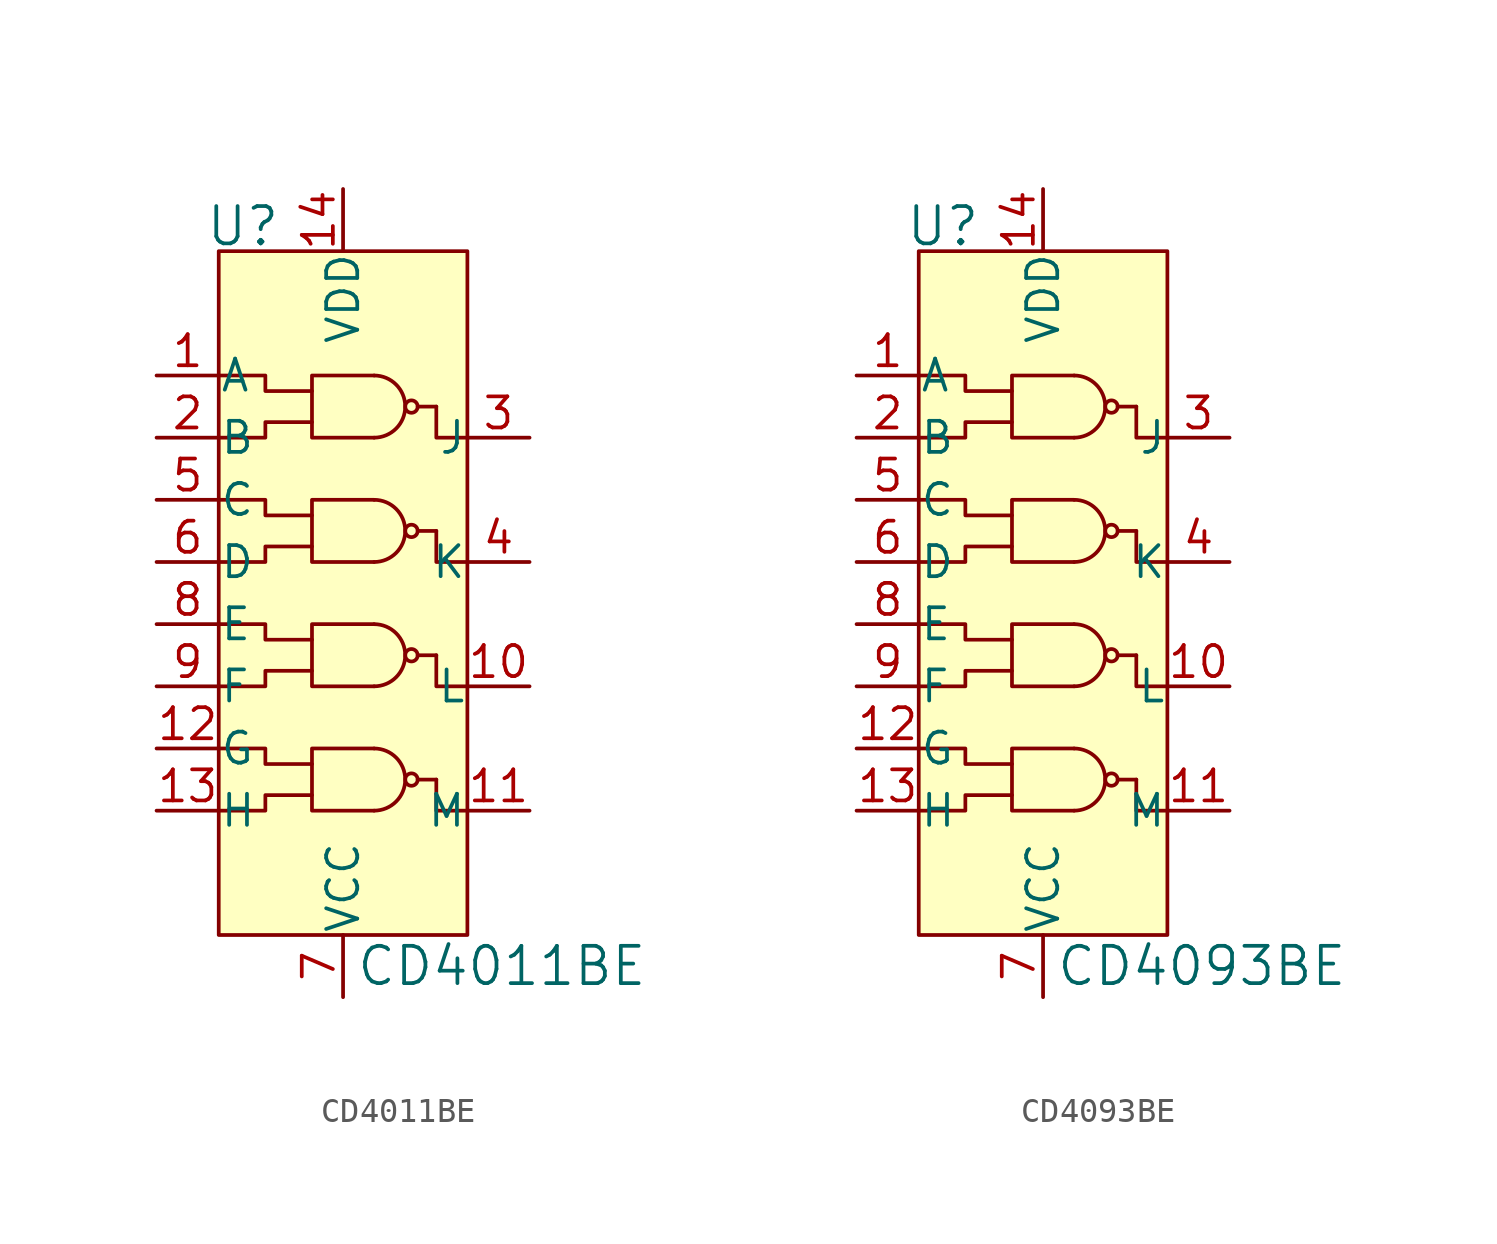
<source format=kicad_sym>
(kicad_symbol_lib
  (version 20220914)
  (generator kicad_symbol_editor)
  (symbol "CD4011BE"
    (pin_names
      (offset 0.025))
    (property "Reference" "U"
      (at -5.08 11.176 0)
      (effects (font (size 1.524 1.524)) (justify right)))
    (property "Value" "CD4011BE"
      (at -2.032 -19.05 0)
      (effects (font (size 1.524 1.524)) (justify left)))
    (symbol "CD4011BE_0_1"
      (rectangle (start -7.62 10.16) (end 2.54 -17.78) (stroke (width 0) (type default)) (fill (type background)))
      (arc (start -1.27 -12.7) (mid -0.0055 -11.43) (end -1.27 -10.16) (stroke (width 0) (type default)) (fill (type none)))
      (arc (start -1.27 -7.62) (mid -0.0055 -6.35) (end -1.27 -5.08) (stroke (width 0) (type default)) (fill (type none)))
      (arc (start -1.27 -2.54) (mid -0.0055 -1.27) (end -1.27 0) (stroke (width 0) (type default)) (fill (type none)))
      (arc (start -1.27 2.54) (mid -0.0055 3.81) (end -1.27 5.08) (stroke (width 0) (type default)) (fill (type none)))
      (polyline (pts (xy 0.508 -11.43) (xy 1.27 -11.43)) (stroke (width 0) (type default)) (fill (type none)))
      (polyline (pts (xy 0.508 3.81) (xy 1.27 3.81)) (stroke (width 0) (type default)) (fill (type none)))
      (polyline (pts (xy 1.27 -6.35) (xy 0.508 -6.35)) (stroke (width 0) (type default)) (fill (type none)))
      (polyline (pts (xy 1.27 -1.27) (xy 0.508 -1.27)) (stroke (width 0) (type default)) (fill (type none)))
      (polyline (pts (xy 1.27 -11.43) (xy 1.27 -12.7) (xy 2.54 -12.7)) (stroke (width 0) (type default)) (fill (type none)))
      (polyline (pts (xy 1.27 -6.35) (xy 1.27 -7.62) (xy 2.54 -7.62)) (stroke (width 0) (type default)) (fill (type none)))
      (polyline (pts (xy 1.27 -1.27) (xy 1.27 -2.54) (xy 2.54 -2.54)) (stroke (width 0) (type default)) (fill (type none)))
      (polyline (pts (xy 1.27 3.81) (xy 1.27 2.54) (xy 2.54 2.54)) (stroke (width 0) (type default)) (fill (type none)))
      (polyline (pts (xy -7.62 -12.7) (xy -5.715 -12.7) (xy -5.715 -12.065) (xy -3.81 -12.065)) (stroke (width 0) (type default)) (fill (type none)))
      (polyline (pts (xy -7.62 -7.62) (xy -5.715 -7.62) (xy -5.715 -6.985) (xy -3.81 -6.985)) (stroke (width 0) (type default)) (fill (type none)))
      (polyline (pts (xy -7.62 -2.54) (xy -5.715 -2.54) (xy -5.715 -1.905) (xy -3.81 -1.905)) (stroke (width 0) (type default)) (fill (type none)))
      (polyline (pts (xy -3.81 -10.795) (xy -5.715 -10.795) (xy -5.715 -10.16) (xy -7.62 -10.16)) (stroke (width 0) (type default)) (fill (type none)))
      (polyline (pts (xy -3.81 -5.715) (xy -5.715 -5.715) (xy -5.715 -5.08) (xy -7.62 -5.08)) (stroke (width 0) (type default)) (fill (type none)))
      (polyline (pts (xy -3.81 -0.635) (xy -5.715 -0.635) (xy -5.715 0) (xy -7.62 0)) (stroke (width 0) (type default)) (fill (type none)))
      (polyline (pts (xy -3.81 3.175) (xy -5.715 3.175) (xy -5.715 2.54) (xy -7.62 2.54)) (stroke (width 0) (type default)) (fill (type none)))
      (polyline (pts (xy -3.81 4.445) (xy -5.715 4.445) (xy -5.715 5.08) (xy -7.62 5.08)) (stroke (width 0) (type default)) (fill (type none)))
      (polyline (pts (xy -1.27 -10.16) (xy -3.81 -10.16) (xy -3.81 -12.7) (xy -1.27 -12.7)) (stroke (width 0) (type default)) (fill (type none)))
      (polyline (pts (xy -1.27 -5.08) (xy -3.81 -5.08) (xy -3.81 -7.62) (xy -1.27 -7.62)) (stroke (width 0) (type default)) (fill (type none)))
      (polyline (pts (xy -1.27 0) (xy -3.81 0) (xy -3.81 -2.54) (xy -1.27 -2.54)) (stroke (width 0) (type default)) (fill (type none)))
      (polyline (pts (xy -1.27 5.08) (xy -3.81 5.08) (xy -3.81 2.54) (xy -1.27 2.54)) (stroke (width 0) (type default)) (fill (type none)))
      (circle (center 0.254 -11.43) (radius 0.254) (stroke (width 0) (type default)) (fill (type none)))
      (circle (center 0.254 -6.35) (radius 0.254) (stroke (width 0) (type default)) (fill (type none)))
      (circle (center 0.254 -1.27) (radius 0.254) (stroke (width 0) (type default)) (fill (type none)))
      (circle (center 0.254 3.81) (radius 0.254) (stroke (width 0) (type default)) (fill (type none))))
    (symbol "CD4011BE_1_1"
      (pin input line (at -10.16 5.08 0) (length 2.54) (name "A" (effects (font (size 1.27 1.27)))) (number "1" (effects (font (size 1.27 1.27)))))
      (pin output line (at 5.08 -7.62 180) (length 2.54) (name "L" (effects (font (size 1.27 1.27)))) (number "10" (effects (font (size 1.27 1.27)))))
      (pin output line (at 5.08 -12.7 180) (length 2.54) (name "M" (effects (font (size 1.27 1.27)))) (number "11" (effects (font (size 1.27 1.27)))))
      (pin input line (at -10.16 -10.16 0) (length 2.54) (name "G" (effects (font (size 1.27 1.27)))) (number "12" (effects (font (size 1.27 1.27)))))
      (pin input line (at -10.16 -12.7 0) (length 2.54) (name "H" (effects (font (size 1.27 1.27)))) (number "13" (effects (font (size 1.27 1.27)))))
      (pin power_in line (at -2.54 12.7 270) (length 2.54) (name "VDD" (effects (font (size 1.27 1.27)))) (number "14" (effects (font (size 1.27 1.27)))))
      (pin input line (at -10.16 2.54 0) (length 2.54) (name "B" (effects (font (size 1.27 1.27)))) (number "2" (effects (font (size 1.27 1.27)))))
      (pin output line (at 5.08 2.54 180) (length 2.54) (name "J" (effects (font (size 1.27 1.27)))) (number "3" (effects (font (size 1.27 1.27)))))
      (pin output line (at 5.08 -2.54 180) (length 2.54) (name "K" (effects (font (size 1.27 1.27)))) (number "4" (effects (font (size 1.27 1.27)))))
      (pin input line (at -10.16 0 0) (length 2.54) (name "C" (effects (font (size 1.27 1.27)))) (number "5" (effects (font (size 1.27 1.27)))))
      (pin input line (at -10.16 -2.54 0) (length 2.54) (name "D" (effects (font (size 1.27 1.27)))) (number "6" (effects (font (size 1.27 1.27)))))
      (pin power_in line (at -2.54 -20.32 90) (length 2.54) (name "VCC" (effects (font (size 1.27 1.27)))) (number "7" (effects (font (size 1.27 1.27)))))
      (pin input line (at -10.16 -5.08 0) (length 2.54) (name "E" (effects (font (size 1.27 1.27)))) (number "8" (effects (font (size 1.27 1.27)))))
      (pin input line (at -10.16 -7.62 0) (length 2.54) (name "F" (effects (font (size 1.27 1.27)))) (number "9" (effects (font (size 1.27 1.27)))))))
  (symbol "CD4093BE"
    (pin_names
      (offset 0.025))
    (property "Reference" "U"
      (at -2.54 11.176 0)
      (effects (font (size 1.524 1.524)) (justify right)))
    (property "Value" "CD4093BE"
      (at 0.508 -19.05 0)
      (effects (font (size 1.524 1.524)) (justify left)))
    (symbol "CD4093BE_0_1"
      (rectangle (start -5.08 10.16) (end 5.08 -17.78) (stroke (width 0) (type default)) (fill (type background)))
      (polyline (pts (xy 3.048 -11.43) (xy 3.81 -11.43)) (stroke (width 0) (type default)) (fill (type none)))
      (polyline (pts (xy 3.048 3.81) (xy 3.81 3.81)) (stroke (width 0) (type default)) (fill (type none)))
      (polyline (pts (xy 3.81 -6.35) (xy 3.048 -6.35)) (stroke (width 0) (type default)) (fill (type none)))
      (polyline (pts (xy 3.81 -1.27) (xy 3.048 -1.27)) (stroke (width 0) (type default)) (fill (type none)))
      (polyline (pts (xy 3.81 -11.43) (xy 3.81 -12.7) (xy 5.08 -12.7)) (stroke (width 0) (type default)) (fill (type none)))
      (polyline (pts (xy 3.81 -6.35) (xy 3.81 -7.62) (xy 5.08 -7.62)) (stroke (width 0) (type default)) (fill (type none)))
      (polyline (pts (xy 3.81 -1.27) (xy 3.81 -2.54) (xy 5.08 -2.54)) (stroke (width 0) (type default)) (fill (type none)))
      (polyline (pts (xy 3.81 3.81) (xy 3.81 2.54) (xy 5.08 2.54)) (stroke (width 0) (type default)) (fill (type none)))
      (polyline (pts (xy -5.08 -12.7) (xy -3.175 -12.7) (xy -3.175 -12.065) (xy -1.27 -12.065)) (stroke (width 0) (type default)) (fill (type none)))
      (polyline (pts (xy -5.08 -7.62) (xy -3.175 -7.62) (xy -3.175 -6.985) (xy -1.27 -6.985)) (stroke (width 0) (type default)) (fill (type none)))
      (polyline (pts (xy -5.08 -2.54) (xy -3.175 -2.54) (xy -3.175 -1.905) (xy -1.27 -1.905)) (stroke (width 0) (type default)) (fill (type none)))
      (polyline (pts (xy -1.27 -10.795) (xy -3.175 -10.795) (xy -3.175 -10.16) (xy -5.08 -10.16)) (stroke (width 0) (type default)) (fill (type none)))
      (polyline (pts (xy -1.27 -5.715) (xy -3.175 -5.715) (xy -3.175 -5.08) (xy -5.08 -5.08)) (stroke (width 0) (type default)) (fill (type none)))
      (polyline (pts (xy -1.27 -0.635) (xy -3.175 -0.635) (xy -3.175 0) (xy -5.08 0)) (stroke (width 0) (type default)) (fill (type none)))
      (polyline (pts (xy -1.27 3.175) (xy -3.175 3.175) (xy -3.175 2.54) (xy -5.08 2.54)) (stroke (width 0) (type default)) (fill (type none)))
      (polyline (pts (xy -1.27 4.445) (xy -3.175 4.445) (xy -3.175 5.08) (xy -5.08 5.08)) (stroke (width 0) (type default)) (fill (type none)))
      (polyline (pts (xy 1.27 -10.16) (xy -1.27 -10.16) (xy -1.27 -12.7) (xy 1.27 -12.7)) (stroke (width 0) (type default)) (fill (type none)))
      (polyline (pts (xy 1.27 -5.08) (xy -1.27 -5.08) (xy -1.27 -7.62) (xy 1.27 -7.62)) (stroke (width 0) (type default)) (fill (type none)))
      (polyline (pts (xy 1.27 0) (xy -1.27 0) (xy -1.27 -2.54) (xy 1.27 -2.54)) (stroke (width 0) (type default)) (fill (type none)))
      (polyline (pts (xy 1.27 5.08) (xy -1.27 5.08) (xy -1.27 2.54) (xy 1.27 2.54)) (stroke (width 0) (type default)) (fill (type none)))
      (arc (start 1.27 -12.7) (mid 2.5345 -11.43) (end 1.27 -10.16) (stroke (width 0) (type default)) (fill (type none)))
      (arc (start 1.27 -7.62) (mid 2.5345 -6.35) (end 1.27 -5.08) (stroke (width 0) (type default)) (fill (type none)))
      (arc (start 1.27 -2.54) (mid 2.5345 -1.27) (end 1.27 0) (stroke (width 0) (type default)) (fill (type none)))
      (arc (start 1.27 2.54) (mid 2.5345 3.81) (end 1.27 5.08) (stroke (width 0) (type default)) (fill (type none)))
      (circle (center 2.794 -11.43) (radius 0.254) (stroke (width 0) (type default)) (fill (type none)))
      (circle (center 2.794 -6.35) (radius 0.254) (stroke (width 0) (type default)) (fill (type none)))
      (circle (center 2.794 -1.27) (radius 0.254) (stroke (width 0) (type default)) (fill (type none)))
      (circle (center 2.794 3.81) (radius 0.254) (stroke (width 0) (type default)) (fill (type none))))
    (symbol "CD4093BE_1_1"
      (pin input line (at -7.62 5.08 0) (length 2.54) (name "A" (effects (font (size 1.27 1.27)))) (number "1" (effects (font (size 1.27 1.27)))))
      (pin output line (at 7.62 -7.62 180) (length 2.54) (name "L" (effects (font (size 1.27 1.27)))) (number "10" (effects (font (size 1.27 1.27)))))
      (pin output line (at 7.62 -12.7 180) (length 2.54) (name "M" (effects (font (size 1.27 1.27)))) (number "11" (effects (font (size 1.27 1.27)))))
      (pin input line (at -7.62 -10.16 0) (length 2.54) (name "G" (effects (font (size 1.27 1.27)))) (number "12" (effects (font (size 1.27 1.27)))))
      (pin input line (at -7.62 -12.7 0) (length 2.54) (name "H" (effects (font (size 1.27 1.27)))) (number "13" (effects (font (size 1.27 1.27)))))
      (pin power_in line (at 0 12.7 270) (length 2.54) (name "VDD" (effects (font (size 1.27 1.27)))) (number "14" (effects (font (size 1.27 1.27)))))
      (pin input line (at -7.62 2.54 0) (length 2.54) (name "B" (effects (font (size 1.27 1.27)))) (number "2" (effects (font (size 1.27 1.27)))))
      (pin output line (at 7.62 2.54 180) (length 2.54) (name "J" (effects (font (size 1.27 1.27)))) (number "3" (effects (font (size 1.27 1.27)))))
      (pin output line (at 7.62 -2.54 180) (length 2.54) (name "K" (effects (font (size 1.27 1.27)))) (number "4" (effects (font (size 1.27 1.27)))))
      (pin input line (at -7.62 0 0) (length 2.54) (name "C" (effects (font (size 1.27 1.27)))) (number "5" (effects (font (size 1.27 1.27)))))
      (pin input line (at -7.62 -2.54 0) (length 2.54) (name "D" (effects (font (size 1.27 1.27)))) (number "6" (effects (font (size 1.27 1.27)))))
      (pin power_in line (at 0 -20.32 90) (length 2.54) (name "VCC" (effects (font (size 1.27 1.27)))) (number "7" (effects (font (size 1.27 1.27)))))
      (pin input line (at -7.62 -5.08 0) (length 2.54) (name "E" (effects (font (size 1.27 1.27)))) (number "8" (effects (font (size 1.27 1.27)))))
      (pin input line (at -7.62 -7.62 0) (length 2.54) (name "F" (effects (font (size 1.27 1.27)))) (number "9" (effects (font (size 1.27 1.27))))))))
</source>
